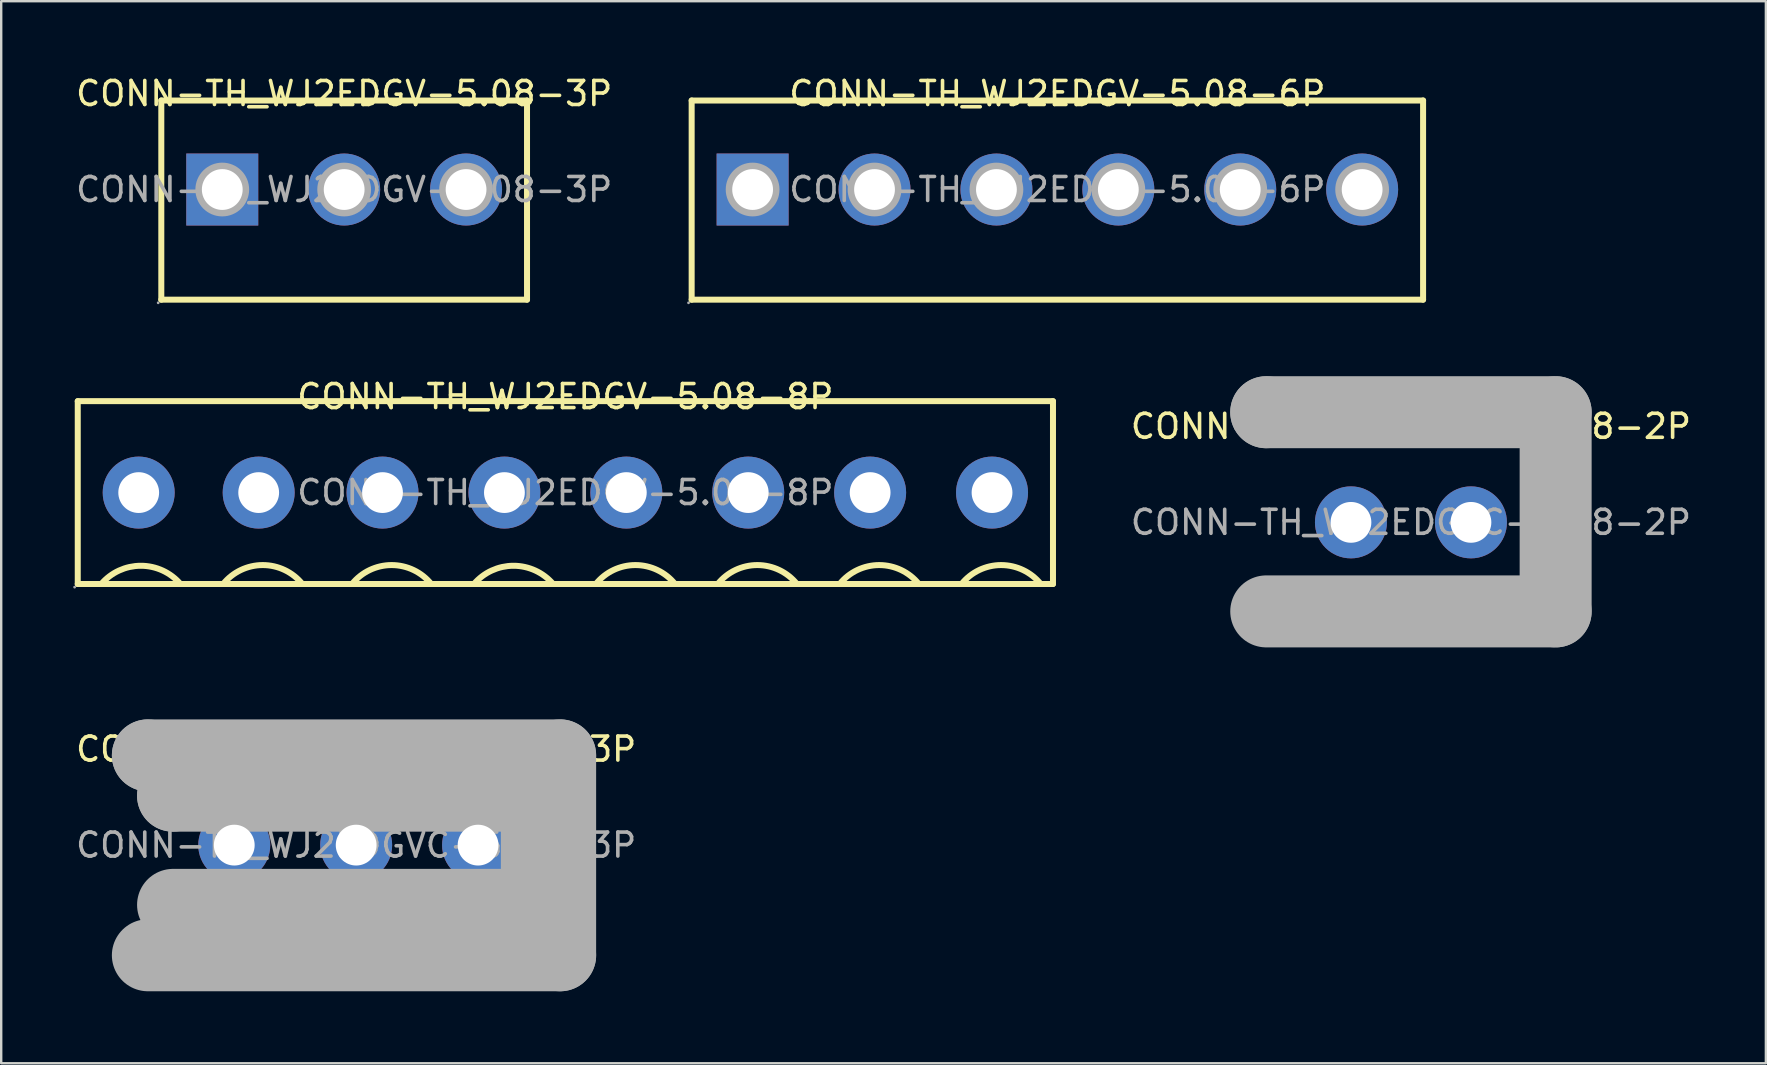
<source format=kicad_pcb>
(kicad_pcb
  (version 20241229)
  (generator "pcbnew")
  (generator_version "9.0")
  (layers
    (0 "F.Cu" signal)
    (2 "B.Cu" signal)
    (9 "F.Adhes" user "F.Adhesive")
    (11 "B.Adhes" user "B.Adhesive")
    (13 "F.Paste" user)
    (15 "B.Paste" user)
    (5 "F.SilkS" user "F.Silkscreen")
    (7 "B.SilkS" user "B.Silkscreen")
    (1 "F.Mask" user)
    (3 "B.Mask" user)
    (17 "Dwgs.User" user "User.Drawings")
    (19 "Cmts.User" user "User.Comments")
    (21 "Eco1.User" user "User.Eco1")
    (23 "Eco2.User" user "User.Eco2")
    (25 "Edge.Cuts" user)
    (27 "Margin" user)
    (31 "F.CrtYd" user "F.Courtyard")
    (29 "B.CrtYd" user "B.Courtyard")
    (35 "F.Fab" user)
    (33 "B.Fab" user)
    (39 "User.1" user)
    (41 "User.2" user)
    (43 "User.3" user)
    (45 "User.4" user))
  (footprint "CONN-TH_WJ2EDGV-5.08-8P"
    (layer "F.Cu")
    (at 20.51 17.477)
    (property "Reference" "CONN-TH_WJ2EDGV-5.08-8P" (at 0 -4 0) (layer "F.SilkS") (effects (font (size 1 1) (thickness 0.15))))
    (attr through_hole)
    (fp_line (start -20.32 -3.81) (end -20.32 3.81) (stroke (width 0.25) (type solid)) (layer "F.SilkS"))
    (fp_line (start -20.32 -3.81) (end 10.16 -3.81) (stroke (width 0.25) (type solid)) (layer "F.SilkS"))
    (fp_line (start -20.32 3.81) (end 10.16 3.81) (stroke (width 0.25) (type solid)) (layer "F.SilkS"))
    (fp_line (start 10.16 -3.81) (end 20.32 -3.81) (stroke (width 0.25) (type solid)) (layer "F.SilkS"))
    (fp_line (start 10.16 3.81) (end 20.32 3.81) (stroke (width 0.25) (type solid)) (layer "F.SilkS"))
    (fp_line (start 20.32 -3.81) (end 20.32 3.81) (stroke (width 0.25) (type solid)) (layer "F.SilkS"))
    (fp_arc (start -19.340511 3.810599) (mid -17.690394 3.049609) (end -16.04 3.81) (stroke (width 0.25) (type solid)) (layer "F.SilkS"))
    (fp_arc (start -14.258881 3.808614) (mid -12.609109 3.020709) (end -10.96 3.81) (stroke (width 0.25) (type solid)) (layer "F.SilkS"))
    (fp_arc (start -8.888881 3.808614) (mid -7.239109 3.020709) (end -5.59 3.81) (stroke (width 0.25) (type solid)) (layer "F.SilkS"))
    (fp_arc (start -3.810511 3.810599) (mid -2.160394 3.049609) (end -0.51 3.81) (stroke (width 0.25) (type solid)) (layer "F.SilkS"))
    (fp_arc (start 1.271119 3.808614) (mid 2.920891 3.020709) (end 4.57 3.81) (stroke (width 0.25) (type solid)) (layer "F.SilkS"))
    (fp_arc (start 6.351119 3.808614) (mid 8.000891 3.020709) (end 9.65 3.81) (stroke (width 0.25) (type solid)) (layer "F.SilkS"))
    (fp_arc (start 11.431119 3.808614) (mid 13.080891 3.020709) (end 14.73 3.81) (stroke (width 0.25) (type solid)) (layer "F.SilkS"))
    (fp_arc (start 16.511119 3.808614) (mid 18.160891 3.020709) (end 19.81 3.81) (stroke (width 0.25) (type solid)) (layer "F.SilkS"))
    (fp_circle (center -20.45 3.94) (end -20.42 3.94) (stroke (width 0.06) (type solid)) (fill no) (layer "F.Fab"))
    (fp_circle (center -17.78 0) (end -17.4 0) (stroke (width 0.75) (type solid)) (fill no) (layer "F.Fab"))
    (fp_circle (center -12.78 0) (end -12.4 0) (stroke (width 0.75) (type solid)) (fill no) (layer "F.Fab"))
    (fp_circle (center -7.62 0) (end -7.24 0) (stroke (width 0.75) (type solid)) (fill no) (layer "F.Fab"))
    (fp_circle (center -2.54 0) (end -2.16 0) (stroke (width 0.75) (type solid)) (fill no) (layer "F.Fab"))
    (fp_circle (center 2.54 0) (end 2.92 0) (stroke (width 0.75) (type solid)) (fill no) (layer "F.Fab"))
    (fp_circle (center 7.62 0) (end 8 0) (stroke (width 0.75) (type solid)) (fill no) (layer "F.Fab"))
    (fp_circle (center 12.7 0) (end 13.08 0) (stroke (width 0.75) (type solid)) (fill no) (layer "F.Fab"))
    (fp_circle (center 17.78 0) (end 18.16 0) (stroke (width 0.75) (type solid)) (fill no) (layer "F.Fab"))
    (fp_text user "${REFERENCE}" (at 0 0 0) (layer "F.Fab") (effects (font (size 1 1) (thickness 0.15))))
    (pad "1" thru_hole circle (at -17.78 0) (size 3 3) (drill 1.7) (layers "*.Cu" "*.Paste" "*.Mask"))
    (pad "2" thru_hole circle (at -12.78 0) (size 3 3) (drill 1.7) (layers "*.Cu" "*.Paste" "*.Mask"))
    (pad "3" thru_hole circle (at -7.62 0) (size 3 3) (drill 1.7) (layers "*.Cu" "*.Paste" "*.Mask"))
    (pad "4" thru_hole circle (at -2.54 0) (size 3 3) (drill 1.7) (layers "*.Cu" "*.Paste" "*.Mask"))
    (pad "5" thru_hole circle (at 2.54 0) (size 3 3) (drill 1.7) (layers "*.Cu" "*.Paste" "*.Mask"))
    (pad "6" thru_hole circle (at 7.62 0) (size 3 3) (drill 1.7) (layers "*.Cu" "*.Paste" "*.Mask"))
    (pad "7" thru_hole circle (at 12.7 0) (size 3 3) (drill 1.7) (layers "*.Cu" "*.Paste" "*.Mask"))
    (pad "8" thru_hole circle (at 17.78 0) (size 3 3) (drill 1.7) (layers "*.Cu" "*.Paste" "*.Mask")))
  (footprint "CONN-TH_WJ2EDGVC-5.08-2P"
    (layer "F.Cu")
    (at 55.747 18.718)
    (property "Reference" "CONN-TH_WJ2EDGVC-5.08-2P" (at 0 -4 0) (layer "F.SilkS") (effects (font (size 1 1) (thickness 0.15))))
    (attr through_hole)
    (fp_arc (start -4.060511 3.600599) (mid -2.410394 2.839609) (end -0.76 3.6) (stroke (width 0.25) (type solid)) (layer "F.SilkS"))
    (fp_arc (start 1.021119 3.598614) (mid 2.670891 2.810709) (end 4.32 3.6) (stroke (width 0.25) (type solid)) (layer "F.SilkS"))
    (fp_line (start -6.03 -4.59) (end -6.03 -4.59) (stroke (width 3) (type solid)) (layer "F.Fab"))
    (fp_line (start -6.03 -4.59) (end 6.03 -4.59) (stroke (width 3) (type solid)) (layer "F.Fab"))
    (fp_line (start 6.03 -4.59) (end 6.03 3.71) (stroke (width 3) (type solid)) (layer "F.Fab"))
    (fp_line (start 6.03 3.71) (end -6.03 3.71) (stroke (width 3) (type solid)) (layer "F.Fab"))
    (fp_circle (center -6.16 -4.72) (end -6.13 -4.72) (stroke (width 0.06) (type solid)) (fill no) (layer "F.Fab"))
    (fp_circle (center -2.5 0) (end -2.12 0) (stroke (width 0.75) (type solid)) (fill no) (layer "F.Fab"))
    (fp_circle (center 2.5 0) (end 2.88 0) (stroke (width 0.75) (type solid)) (fill no) (layer "F.Fab"))
    (fp_text user "${REFERENCE}" (at 0 0 0) (layer "F.Fab") (effects (font (size 1 1) (thickness 0.15))))
    (pad "1" thru_hole circle (at -2.5 0) (size 3 3) (drill 1.7) (layers "*.Cu" "*.Paste" "*.Mask"))
    (pad "2" thru_hole circle (at 2.5 0) (size 3 3) (drill 1.7) (layers "*.Cu" "*.Paste" "*.Mask")))
  (footprint "CONN-TH_WJ2EDGVC-5.08-3P"
    (layer "F.Cu")
    (at 11.792 32.168)
    (property "Reference" "CONN-TH_WJ2EDGVC-5.08-3P" (at 0 -4 0) (layer "F.SilkS") (effects (font (size 1 1) (thickness 0.15))))
    (attr through_hole)
    (fp_line (start -5.73 2.53) (end -5.73 4.59) (stroke (width 0.25) (type solid)) (layer "F.SilkS"))
    (fp_line (start -4.48 2.5) (end -4.48 4.59) (stroke (width 0.25) (type solid)) (layer "F.SilkS"))
    (fp_line (start -0.73 2.53) (end -0.73 4.59) (stroke (width 0.25) (type solid)) (layer "F.SilkS"))
    (fp_line (start 0.52 2.5) (end 0.52 4.59) (stroke (width 0.25) (type solid)) (layer "F.SilkS"))
    (fp_line (start 4.43 2.53) (end 4.43 4.59) (stroke (width 0.25) (type solid)) (layer "F.SilkS"))
    (fp_line (start 5.68 2.5) (end 5.68 4.59) (stroke (width 0.25) (type solid)) (layer "F.SilkS"))
    (fp_arc (start -6.41 -2.07) (mid -5.026838 -3.051092) (end -3.647935 -2.064022) (stroke (width 0.25) (type solid)) (layer "F.SilkS"))
    (fp_arc (start -1.41 -2.07) (mid -0.026838 -3.051092) (end 1.352065 -2.064022) (stroke (width 0.25) (type solid)) (layer "F.SilkS"))
    (fp_arc (start 3.75 -2.07) (mid 5.133162 -3.051092) (end 6.512065 -2.064022) (stroke (width 0.25) (type solid)) (layer "F.SilkS"))
    (fp_line (start -8.68 -3.74) (end -8.68 -3.74) (stroke (width 3) (type solid)) (layer "F.Fab"))
    (fp_line (start -8.68 -3.74) (end 8.5 -3.74) (stroke (width 3) (type solid)) (layer "F.Fab"))
    (fp_line (start -7.63 -2.06) (end -7.63 -2.06) (stroke (width 3) (type solid)) (layer "F.Fab"))
    (fp_line (start -7.63 -2.06) (end 7.53 -2.06) (stroke (width 3) (type solid)) (layer "F.Fab"))
    (fp_line (start 7.53 -2.06) (end 7.53 2.49) (stroke (width 3) (type solid)) (layer "F.Fab"))
    (fp_line (start 7.53 2.49) (end -7.63 2.49) (stroke (width 3) (type solid)) (layer "F.Fab"))
    (fp_line (start 8.5 -3.74) (end 8.5 4.59) (stroke (width 3) (type solid)) (layer "F.Fab"))
    (fp_line (start 8.5 4.59) (end -8.68 4.59) (stroke (width 3) (type solid)) (layer "F.Fab"))
    (fp_circle (center -8.57 4.59) (end -8.54 4.59) (stroke (width 0.06) (type solid)) (fill no) (layer "F.Fab"))
    (fp_text user "${REFERENCE}" (at 0 0 0) (layer "F.Fab") (effects (font (size 1 1) (thickness 0.15))))
    (pad "1" thru_hole circle (at -5.08 0) (size 3 3) (drill 1.7) (layers "*.Cu" "*.Paste" "*.Mask"))
    (pad "2" thru_hole circle (at 0 0) (size 3 3) (drill 1.7) (layers "*.Cu" "*.Paste" "*.Mask"))
    (pad "3" thru_hole circle (at 5.08 0) (size 3 3) (drill 1.7) (layers "*.Cu" "*.Paste" "*.Mask")))
  (footprint "CONN-TH_WJ2EDGV-5.08-6P"
    (layer "F.Cu")
    (at 41.013 4.848)
    (property "Reference" "CONN-TH_WJ2EDGV-5.08-6P" (at 0 -4 0) (layer "F.SilkS") (effects (font (size 1 1) (thickness 0.15))))
    (attr through_hole)
    (fp_line (start -15.24 -3.71) (end 15.24 -3.71) (stroke (width 0.25) (type solid)) (layer "F.SilkS"))
    (fp_line (start -15.24 4.59) (end -15.24 -3.71) (stroke (width 0.25) (type solid)) (layer "F.SilkS"))
    (fp_line (start -15.24 4.59) (end 15.24 4.59) (stroke (width 0.25) (type solid)) (layer "F.SilkS"))
    (fp_line (start 15.24 4.59) (end 15.24 -3.71) (stroke (width 0.25) (type solid)) (layer "F.SilkS"))
    (fp_circle (center -15.37 4.72) (end -15.34 4.72) (stroke (width 0.06) (type solid)) (fill no) (layer "F.Fab"))
    (fp_circle (center -12.7 0) (end -12.33 0) (stroke (width 0.75) (type solid)) (fill no) (layer "F.Fab"))
    (fp_circle (center -7.62 0) (end -7.25 0) (stroke (width 0.75) (type solid)) (fill no) (layer "F.Fab"))
    (fp_circle (center -2.54 0) (end -2.17 0) (stroke (width 0.75) (type solid)) (fill no) (layer "F.Fab"))
    (fp_circle (center 2.54 0) (end 2.91 0) (stroke (width 0.75) (type solid)) (fill no) (layer "F.Fab"))
    (fp_circle (center 7.62 0) (end 7.99 0) (stroke (width 0.75) (type solid)) (fill no) (layer "F.Fab"))
    (fp_circle (center 12.7 0) (end 13.07 0) (stroke (width 0.75) (type solid)) (fill no) (layer "F.Fab"))
    (fp_text user "${REFERENCE}" (at 0 0 0) (layer "F.Fab") (effects (font (size 1 1) (thickness 0.15))))
    (pad "1" thru_hole rect (at -12.7 0) (size 3 3) (drill 1.7) (layers "*.Cu" "*.Paste" "*.Mask"))
    (pad "2" thru_hole circle (at -7.62 0) (size 3 3) (drill 1.7) (layers "*.Cu" "*.Paste" "*.Mask"))
    (pad "3" thru_hole circle (at -2.54 0) (size 3 3) (drill 1.7) (layers "*.Cu" "*.Paste" "*.Mask"))
    (pad "4" thru_hole circle (at 2.54 0) (size 3 3) (drill 1.7) (layers "*.Cu" "*.Paste" "*.Mask"))
    (pad "5" thru_hole circle (at 7.62 0) (size 3 3) (drill 1.7) (layers "*.Cu" "*.Paste" "*.Mask"))
    (pad "6" thru_hole circle (at 12.7 0) (size 3 3) (drill 1.7) (layers "*.Cu" "*.Paste" "*.Mask")))
  (footprint "CONN-TH_WJ2EDGV-5.08-3P"
    (layer "F.Cu")
    (at 11.292 4.848)
    (property "Reference" "CONN-TH_WJ2EDGV-5.08-3P" (at 0 -4 0) (layer "F.SilkS") (effects (font (size 1 1) (thickness 0.15))))
    (attr through_hole)
    (fp_line (start -7.62 -3.71) (end 7.62 -3.71) (stroke (width 0.25) (type solid)) (layer "F.SilkS"))
    (fp_line (start -7.62 4.59) (end -7.62 -3.71) (stroke (width 0.25) (type solid)) (layer "F.SilkS"))
    (fp_line (start -7.62 4.59) (end 7.62 4.59) (stroke (width 0.25) (type solid)) (layer "F.SilkS"))
    (fp_line (start 7.62 4.59) (end 7.62 -3.71) (stroke (width 0.25) (type solid)) (layer "F.SilkS"))
    (fp_circle (center -7.75 4.72) (end -7.72 4.72) (stroke (width 0.06) (type solid)) (fill no) (layer "F.Fab"))
    (fp_circle (center -5.08 0) (end -4.71 0) (stroke (width 0.75) (type solid)) (fill no) (layer "F.Fab"))
    (fp_circle (center 0 0) (end 0.37 0) (stroke (width 0.75) (type solid)) (fill no) (layer "F.Fab"))
    (fp_circle (center 5.08 0) (end 5.45 0) (stroke (width 0.75) (type solid)) (fill no) (layer "F.Fab"))
    (fp_text user "${REFERENCE}" (at 0 0 0) (layer "F.Fab") (effects (font (size 1 1) (thickness 0.15))))
    (pad "1" thru_hole rect (at -5.08 0) (size 3 3) (drill 1.7) (layers "*.Cu" "*.Paste" "*.Mask"))
    (pad "2" thru_hole circle (at 0 0) (size 3 3) (drill 1.7) (layers "*.Cu" "*.Paste" "*.Mask"))
    (pad "3" thru_hole circle (at 5.08 0) (size 3 3) (drill 1.7) (layers "*.Cu" "*.Paste" "*.Mask")))
  (gr_rect
    (start -3 -3)
    (end 70.538 41.258)
    (stroke (width 0.1) (type default))
    (fill no)
    (layer "Edge.Cuts")))
</source>
